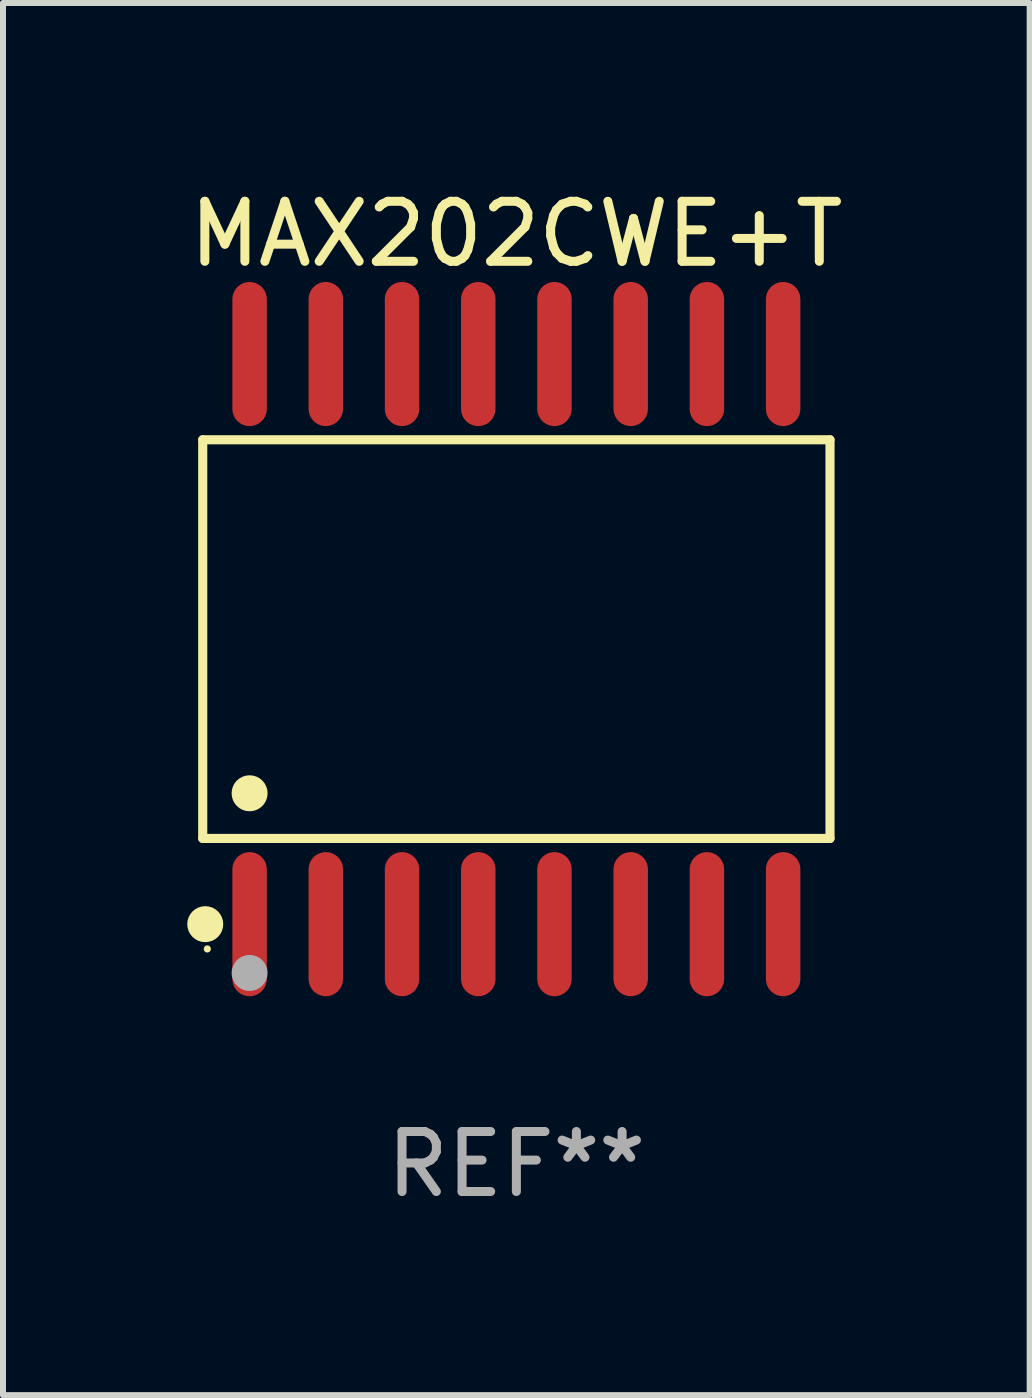
<source format=kicad_pcb>
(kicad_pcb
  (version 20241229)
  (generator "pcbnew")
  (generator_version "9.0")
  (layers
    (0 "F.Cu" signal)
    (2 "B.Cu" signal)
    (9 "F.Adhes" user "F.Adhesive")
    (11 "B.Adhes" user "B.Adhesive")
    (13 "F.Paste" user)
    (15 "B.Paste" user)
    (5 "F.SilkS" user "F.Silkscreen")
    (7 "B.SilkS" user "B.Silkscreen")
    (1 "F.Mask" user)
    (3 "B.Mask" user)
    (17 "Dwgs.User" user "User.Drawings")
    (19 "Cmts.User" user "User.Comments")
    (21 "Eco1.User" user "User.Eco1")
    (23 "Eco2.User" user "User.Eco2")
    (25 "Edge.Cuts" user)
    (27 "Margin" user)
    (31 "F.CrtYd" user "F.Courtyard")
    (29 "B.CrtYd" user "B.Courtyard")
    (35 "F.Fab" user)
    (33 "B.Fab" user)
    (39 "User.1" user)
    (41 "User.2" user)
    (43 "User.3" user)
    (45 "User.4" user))
  (footprint "MAX202CWE+T"
    (layer "F.Cu")
    (at 5.554 7.599)
    (property "Reference" "MAX202CWE+T" (at 0 -6.75 0) (layer "F.SilkS") (effects (font (size 1 1) (thickness 0.15))))
    (attr through_hole)
    (fp_line (start -5.226 -3.321) (end 5.226 -3.321) (stroke (width 0.152) (type solid)) (layer "F.SilkS"))
    (fp_line (start -5.226 3.321) (end -5.226 -3.321) (stroke (width 0.152) (type solid)) (layer "F.SilkS"))
    (fp_line (start 5.226 -3.321) (end 5.226 3.321) (stroke (width 0.152) (type solid)) (layer "F.SilkS"))
    (fp_line (start 5.226 3.321) (end -5.226 3.321) (stroke (width 0.152) (type solid)) (layer "F.SilkS"))
    (fp_circle (center -5.184 4.75) (end -5.034 4.75) (stroke (width 0.3) (type solid)) (fill no) (layer "F.SilkS"))
    (fp_circle (center -5.15 5.163) (end -5.12 5.163) (stroke (width 0.06) (type solid)) (fill no) (layer "F.SilkS"))
    (fp_circle (center -4.445 2.569) (end -4.295 2.569) (stroke (width 0.3) (type solid)) (fill no) (layer "F.SilkS"))
    (fp_circle (center -4.445 5.563) (end -4.295 5.563) (stroke (width 0.3) (type solid)) (fill no) (layer "F.Fab"))
    (fp_text user "REF**" (at 0 8.75 0) (layer "F.Fab") (effects (font (size 1 1) (thickness 0.15))))
    (pad "1" smd oval (at -4.445 4.75) (size 0.574 2.401) (layers "F.Cu" "F.Mask" "F.Paste"))
    (pad "2" smd oval (at -3.175 4.75) (size 0.574 2.401) (layers "F.Cu" "F.Mask" "F.Paste"))
    (pad "3" smd oval (at -1.905 4.75) (size 0.574 2.401) (layers "F.Cu" "F.Mask" "F.Paste"))
    (pad "4" smd oval (at -0.635 4.75) (size 0.574 2.401) (layers "F.Cu" "F.Mask" "F.Paste"))
    (pad "5" smd oval (at 0.635 4.75) (size 0.574 2.401) (layers "F.Cu" "F.Mask" "F.Paste"))
    (pad "6" smd oval (at 1.905 4.75) (size 0.574 2.401) (layers "F.Cu" "F.Mask" "F.Paste"))
    (pad "7" smd oval (at 3.175 4.75) (size 0.574 2.401) (layers "F.Cu" "F.Mask" "F.Paste"))
    (pad "8" smd oval (at 4.445 4.75) (size 0.574 2.401) (layers "F.Cu" "F.Mask" "F.Paste"))
    (pad "9" smd oval (at 4.445 -4.75) (size 0.574 2.401) (layers "F.Cu" "F.Mask" "F.Paste"))
    (pad "10" smd oval (at 3.175 -4.75) (size 0.574 2.401) (layers "F.Cu" "F.Mask" "F.Paste"))
    (pad "11" smd oval (at 1.905 -4.75) (size 0.574 2.401) (layers "F.Cu" "F.Mask" "F.Paste"))
    (pad "12" smd oval (at 0.635 -4.75) (size 0.574 2.401) (layers "F.Cu" "F.Mask" "F.Paste"))
    (pad "13" smd oval (at -0.635 -4.75) (size 0.574 2.401) (layers "F.Cu" "F.Mask" "F.Paste"))
    (pad "14" smd oval (at -1.905 -4.75) (size 0.574 2.401) (layers "F.Cu" "F.Mask" "F.Paste"))
    (pad "15" smd oval (at -3.175 -4.75) (size 0.574 2.401) (layers "F.Cu" "F.Mask" "F.Paste"))
    (pad "16" smd oval (at -4.445 -4.75) (size 0.574 2.401) (layers "F.Cu" "F.Mask" "F.Paste")))
  (gr_rect
    (start -3 -3)
    (end 14.107 20.197)
    (stroke (width 0.1) (type default))
    (fill no)
    (layer "Edge.Cuts")))
</source>
